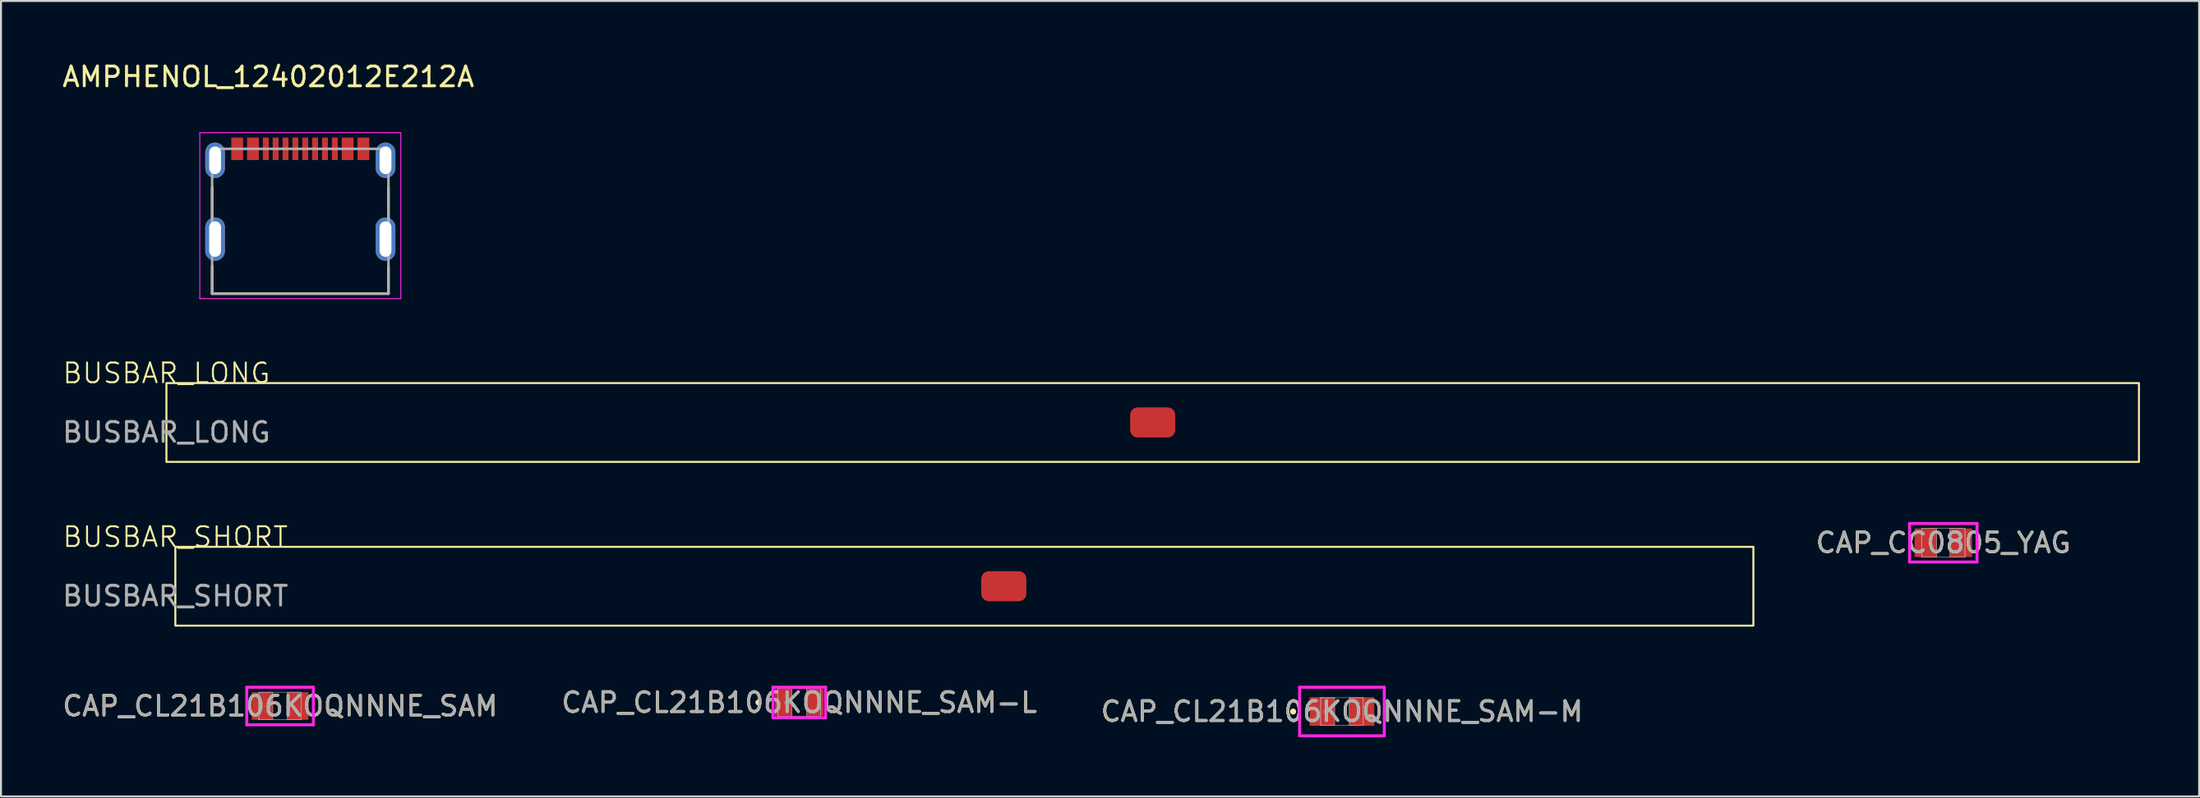
<source format=kicad_pcb>
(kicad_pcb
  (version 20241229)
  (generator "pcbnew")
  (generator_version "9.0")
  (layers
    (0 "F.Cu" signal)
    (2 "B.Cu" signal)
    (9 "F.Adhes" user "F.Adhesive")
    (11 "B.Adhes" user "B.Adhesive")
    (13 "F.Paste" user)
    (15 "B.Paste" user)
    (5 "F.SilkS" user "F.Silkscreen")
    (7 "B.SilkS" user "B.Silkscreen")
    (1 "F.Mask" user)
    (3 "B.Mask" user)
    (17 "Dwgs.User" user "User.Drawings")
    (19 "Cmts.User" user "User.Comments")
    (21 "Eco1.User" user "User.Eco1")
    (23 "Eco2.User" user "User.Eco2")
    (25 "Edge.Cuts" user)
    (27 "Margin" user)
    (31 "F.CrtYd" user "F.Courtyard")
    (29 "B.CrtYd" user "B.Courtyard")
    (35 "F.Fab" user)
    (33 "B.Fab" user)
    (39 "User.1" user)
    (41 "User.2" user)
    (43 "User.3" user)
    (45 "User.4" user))
  (footprint "CAP_CL21B106KOQNNNE_SAM-L"
    (layer "F.Cu")
    (at 37.47 32.6)
    (property "Reference" "CAP_CL21B106KOQNNNE_SAM-L" (at 0 0 0) (unlocked yes) (layer "F.SilkS") (effects (font (size 1 1) (thickness 0.15))))
    (attr smd)
    (fp_circle (center -2.07 0) (end -1.994 0) (stroke (width 0.152) (type solid)) (fill no) (layer "F.SilkS"))
    (fp_line (start -1.333 -0.775) (end 1.333 -0.775) (stroke (width 0.152) (type solid)) (layer "F.CrtYd"))
    (fp_line (start -1.333 0.775) (end -1.333 -0.775) (stroke (width 0.152) (type solid)) (layer "F.CrtYd"))
    (fp_line (start 1.333 -0.775) (end 1.333 0.775) (stroke (width 0.152) (type solid)) (layer "F.CrtYd"))
    (fp_line (start 1.333 0.775) (end -1.333 0.775) (stroke (width 0.152) (type solid)) (layer "F.CrtYd"))
    (fp_line (start -1.079 -0.699) (end -1.079 0.699) (stroke (width 0.025) (type solid)) (layer "F.Fab"))
    (fp_line (start -1.079 -0.699) (end -1.079 0.699) (stroke (width 0.025) (type solid)) (layer "F.Fab"))
    (fp_line (start -1.079 0.699) (end -0.368 0.699) (stroke (width 0.025) (type solid)) (layer "F.Fab"))
    (fp_line (start -1.079 0.699) (end 1.079 0.699) (stroke (width 0.025) (type solid)) (layer "F.Fab"))
    (fp_line (start -0.368 -0.699) (end -1.079 -0.699) (stroke (width 0.025) (type solid)) (layer "F.Fab"))
    (fp_line (start -0.368 0.699) (end -0.368 -0.699) (stroke (width 0.025) (type solid)) (layer "F.Fab"))
    (fp_line (start 0.368 -0.699) (end 0.368 0.699) (stroke (width 0.025) (type solid)) (layer "F.Fab"))
    (fp_line (start 0.368 0.699) (end 1.079 0.699) (stroke (width 0.025) (type solid)) (layer "F.Fab"))
    (fp_line (start 1.079 -0.699) (end -1.079 -0.699) (stroke (width 0.025) (type solid)) (layer "F.Fab"))
    (fp_line (start 1.079 -0.699) (end 0.368 -0.699) (stroke (width 0.025) (type solid)) (layer "F.Fab"))
    (fp_line (start 1.079 0.699) (end 1.079 -0.699) (stroke (width 0.025) (type solid)) (layer "F.Fab"))
    (fp_line (start 1.079 0.699) (end 1.079 -0.699) (stroke (width 0.025) (type solid)) (layer "F.Fab"))
    (fp_circle (center -0.673 0) (end -0.597 0) (stroke (width 0.025) (type solid)) (fill no) (layer "F.Fab"))
    (fp_text user "${REFERENCE}" (at 0 0 0) (unlocked yes) (layer "F.Fab") (effects (font (size 1 1) (thickness 0.15))))
    (pad "1" smd rect (at -0.8 0) (size 0.864 1.346) (layers "F.Cu" "F.Mask" "F.Paste"))
    (pad "2" smd rect (at 0.8 0) (size 0.864 1.346) (layers "F.Cu" "F.Mask" "F.Paste"))
    (zone (net_name "") (layer "F.Cu") (hatch full 0.508) (connect_pads) (min_thickness 0.254) (filled_areas_thickness no) (keepout (tracks not_allowed) (vias not_allowed) (pads allowed) (copperpour not_allowed) (footprints allowed)) (placement (enabled no)) (fill) (polygon (pts (xy 37.153 31.952) (xy 37.788 31.952) (xy 37.788 33.248) (xy 37.153 33.248)))))
  (footprint "BUSBAR_SHORT"
    (layer "F.Cu")
    (at 5.839 24.699)
    (property "Reference" "BUSBAR_SHORT" (at 0 -0.5 0) (unlocked yes) (layer "F.SilkS") (effects (font (size 1 1) (thickness 0.1))))
    (attr smd)
    (fp_rect (start 0 0) (end 80 4) (stroke (width 0.1) (type default)) (fill no) (layer "F.SilkS"))
    (fp_text user "${REFERENCE}" (at 0 2.5 0) (unlocked yes) (layer "F.Fab") (effects (font (size 1 1) (thickness 0.15))))
    (pad "1" smd roundrect (at 42 2) (size 2.286 1.524) (layers "F.Cu" "F.Mask" "F.Paste") (roundrect_rratio 0.25)))
  (footprint "CAP_CL21B106KOQNNNE_SAM"
    (layer "F.Cu")
    (at 11.149 32.778)
    (property "Reference" "CAP_CL21B106KOQNNNE_SAM" (at 0 0 0) (unlocked yes) (layer "F.SilkS") (effects (font (size 1 1) (thickness 0.15))))
    (attr smd)
    (fp_line (start -1.689 -0.953) (end 1.689 -0.953) (stroke (width 0.152) (type solid)) (layer "F.CrtYd"))
    (fp_line (start -1.689 0.953) (end -1.689 -0.953) (stroke (width 0.152) (type solid)) (layer "F.CrtYd"))
    (fp_line (start 1.689 -0.953) (end 1.689 0.953) (stroke (width 0.152) (type solid)) (layer "F.CrtYd"))
    (fp_line (start 1.689 0.953) (end -1.689 0.953) (stroke (width 0.152) (type solid)) (layer "F.CrtYd"))
    (fp_line (start -1.079 -0.699) (end -1.079 0.699) (stroke (width 0.025) (type solid)) (layer "F.Fab"))
    (fp_line (start -1.079 -0.699) (end -1.079 0.699) (stroke (width 0.025) (type solid)) (layer "F.Fab"))
    (fp_line (start -1.079 0.699) (end -0.368 0.699) (stroke (width 0.025) (type solid)) (layer "F.Fab"))
    (fp_line (start -1.079 0.699) (end 1.079 0.699) (stroke (width 0.025) (type solid)) (layer "F.Fab"))
    (fp_line (start -0.368 -0.699) (end -1.079 -0.699) (stroke (width 0.025) (type solid)) (layer "F.Fab"))
    (fp_line (start -0.368 0.699) (end -0.368 -0.699) (stroke (width 0.025) (type solid)) (layer "F.Fab"))
    (fp_line (start 0.368 -0.699) (end 0.368 0.699) (stroke (width 0.025) (type solid)) (layer "F.Fab"))
    (fp_line (start 0.368 0.699) (end 1.079 0.699) (stroke (width 0.025) (type solid)) (layer "F.Fab"))
    (fp_line (start 1.079 -0.699) (end -1.079 -0.699) (stroke (width 0.025) (type solid)) (layer "F.Fab"))
    (fp_line (start 1.079 -0.699) (end 0.368 -0.699) (stroke (width 0.025) (type solid)) (layer "F.Fab"))
    (fp_line (start 1.079 0.699) (end 1.079 -0.699) (stroke (width 0.025) (type solid)) (layer "F.Fab"))
    (fp_line (start 1.079 0.699) (end 1.079 -0.699) (stroke (width 0.025) (type solid)) (layer "F.Fab"))
    (fp_circle (center -0.775 0) (end -0.775 0) (stroke (width 0.025) (type solid)) (fill no) (layer "F.Fab"))
    (fp_text user "${REFERENCE}" (at 0 0 0) (unlocked yes) (layer "F.Fab") (effects (font (size 1 1) (thickness 0.15))))
    (pad "1" smd rect (at -0.902 0) (size 1.067 1.397) (layers "F.Cu" "F.Mask" "F.Paste"))
    (pad "2" smd rect (at 0.902 0) (size 1.067 1.397) (layers "F.Cu" "F.Mask" "F.Paste"))
    (zone (net_name "") (layer "F.Cu") (hatch full 0.508) (connect_pads) (min_thickness 0.254) (filled_areas_thickness no) (keepout (tracks not_allowed) (vias not_allowed) (pads allowed) (copperpour not_allowed) (footprints allowed)) (placement (enabled no)) (fill) (polygon (pts (xy 10.831 32.13) (xy 11.466 32.13) (xy 11.466 33.426) (xy 10.831 33.426)))))
  (footprint "BUSBAR_LONG"
    (layer "F.Cu")
    (at 5.387 16.389)
    (property "Reference" "BUSBAR_LONG" (at 0 -0.5 0) (unlocked yes) (layer "F.SilkS") (effects (font (size 1 1) (thickness 0.1))))
    (attr smd)
    (fp_rect (start 0 0) (end 100 4) (stroke (width 0.1) (type default)) (fill no) (layer "F.SilkS"))
    (fp_text user "${REFERENCE}" (at 0 2.5 0) (unlocked yes) (layer "F.Fab") (effects (font (size 1 1) (thickness 0.15))))
    (pad "1" smd roundrect (at 50 2) (size 2.286 1.524) (layers "F.Cu" "F.Mask" "F.Paste") (roundrect_rratio 0.25)))
  (footprint "CAP_CC0805_YAG"
    (layer "F.Cu")
    (at 95.467 24.493)
    (property "Reference" "CAP_CC0805_YAG" (at 0 0 0) (unlocked yes) (layer "F.SilkS") (effects (font (size 1 1) (thickness 0.15))))
    (attr smd)
    (fp_line (start -1.71 -0.978) (end 1.71 -0.978) (stroke (width 0.152) (type solid)) (layer "F.CrtYd"))
    (fp_line (start -1.71 0.978) (end -1.71 -0.978) (stroke (width 0.152) (type solid)) (layer "F.CrtYd"))
    (fp_line (start 1.71 -0.978) (end 1.71 0.978) (stroke (width 0.152) (type solid)) (layer "F.CrtYd"))
    (fp_line (start 1.71 0.978) (end -1.71 0.978) (stroke (width 0.152) (type solid)) (layer "F.CrtYd"))
    (fp_line (start -1.1 -0.724) (end -1.1 0.724) (stroke (width 0.025) (type solid)) (layer "F.Fab"))
    (fp_line (start -1.1 -0.724) (end -1.1 0.724) (stroke (width 0.025) (type solid)) (layer "F.Fab"))
    (fp_line (start -1.1 0.724) (end -0.338 0.724) (stroke (width 0.025) (type solid)) (layer "F.Fab"))
    (fp_line (start -1.1 0.724) (end 1.1 0.724) (stroke (width 0.025) (type solid)) (layer "F.Fab"))
    (fp_line (start -0.338 -0.724) (end -1.1 -0.724) (stroke (width 0.025) (type solid)) (layer "F.Fab"))
    (fp_line (start -0.338 0.724) (end -0.338 -0.724) (stroke (width 0.025) (type solid)) (layer "F.Fab"))
    (fp_line (start 0.338 -0.724) (end 0.338 0.724) (stroke (width 0.025) (type solid)) (layer "F.Fab"))
    (fp_line (start 0.338 0.724) (end 1.1 0.724) (stroke (width 0.025) (type solid)) (layer "F.Fab"))
    (fp_line (start 1.1 -0.724) (end -1.1 -0.724) (stroke (width 0.025) (type solid)) (layer "F.Fab"))
    (fp_line (start 1.1 -0.724) (end 0.338 -0.724) (stroke (width 0.025) (type solid)) (layer "F.Fab"))
    (fp_line (start 1.1 0.724) (end 1.1 -0.724) (stroke (width 0.025) (type solid)) (layer "F.Fab"))
    (fp_line (start 1.1 0.724) (end 1.1 -0.724) (stroke (width 0.025) (type solid)) (layer "F.Fab"))
    (fp_circle (center -0.77 0) (end -0.77 0) (stroke (width 0.025) (type solid)) (fill no) (layer "F.Fab"))
    (fp_text user "${REFERENCE}" (at 0 0 0) (unlocked yes) (layer "F.Fab") (effects (font (size 1 1) (thickness 0.15))))
    (pad "1" smd rect (at -0.897 0) (size 1.118 1.448) (layers "F.Cu" "F.Mask" "F.Paste"))
    (pad "2" smd rect (at 0.897 0) (size 1.118 1.448) (layers "F.Cu" "F.Mask" "F.Paste"))
    (zone (net_name "") (layer "F.Cu") (hatch full 0.508) (connect_pads) (min_thickness 0.254) (filled_areas_thickness no) (keepout (tracks not_allowed) (vias not_allowed) (pads allowed) (copperpour not_allowed) (footprints allowed)) (placement (enabled no)) (fill) (polygon (pts (xy 95.179 23.82) (xy 95.754 23.82) (xy 95.754 25.166) (xy 95.179 25.166)))))
  (footprint "AMPHENOL_12402012E212A"
    (layer "F.Cu")
    (at 12.174 9.253)
    (property "Reference" "AMPHENOL_12402012E212A" (at -1.62 -8.405 0) (layer "F.SilkS") (effects (font (size 1 1) (thickness 0.15))))
    (attr smd allow_soldermask_bridges)
    (fp_line (start -4.47 -2.81) (end -4.47 -1.22) (stroke (width 0.127) (type solid)) (layer "F.SilkS"))
    (fp_line (start -4.47 2.6) (end -4.47 1.22) (stroke (width 0.127) (type solid)) (layer "F.SilkS"))
    (fp_line (start 4.47 -2.81) (end 4.47 -1.22) (stroke (width 0.127) (type solid)) (layer "F.SilkS"))
    (fp_line (start 4.47 2.6) (end -4.47 2.6) (stroke (width 0.127) (type solid)) (layer "F.SilkS"))
    (fp_line (start 4.47 2.6) (end 4.47 1.22) (stroke (width 0.127) (type solid)) (layer "F.SilkS"))
    (fp_line (start -5.095 -5.57) (end -5.095 2.85) (stroke (width 0.05) (type solid)) (layer "F.CrtYd"))
    (fp_line (start -5.095 2.85) (end 5.095 2.85) (stroke (width 0.05) (type solid)) (layer "F.CrtYd"))
    (fp_line (start 5.095 -5.57) (end -5.095 -5.57) (stroke (width 0.05) (type solid)) (layer "F.CrtYd"))
    (fp_line (start 5.095 2.85) (end 5.095 -5.57) (stroke (width 0.05) (type solid)) (layer "F.CrtYd"))
    (fp_line (start -4.47 -4.75) (end 4.47 -4.75) (stroke (width 0.127) (type solid)) (layer "F.Fab"))
    (fp_line (start -4.47 2.6) (end -4.47 -4.75) (stroke (width 0.127) (type solid)) (layer "F.Fab"))
    (fp_line (start 4.47 -4.75) (end 4.47 2.6) (stroke (width 0.127) (type solid)) (layer "F.Fab"))
    (fp_line (start 4.47 2.6) (end -4.47 2.6) (stroke (width 0.127) (type solid)) (layer "F.Fab"))
    (pad "A1_B12" smd rect (at -3.2 -4.75) (size 0.6 1.14) (layers "F.Cu" "F.Mask" "F.Paste"))
    (pad "A4_B9" smd rect (at -2.4 -4.75) (size 0.6 1.14) (layers "F.Cu" "F.Mask" "F.Paste"))
    (pad "A5" smd rect (at -1.25 -4.75) (size 0.3 1.14) (layers "F.Cu" "F.Mask" "F.Paste"))
    (pad "A6" smd rect (at -0.25 -4.75) (size 0.3 1.14) (layers "F.Cu" "F.Mask" "F.Paste"))
    (pad "A7" smd rect (at 0.25 -4.75) (size 0.3 1.14) (layers "F.Cu" "F.Mask" "F.Paste"))
    (pad "A8" smd rect (at 1.25 -4.75) (size 0.3 1.14) (layers "F.Cu" "F.Mask" "F.Paste"))
    (pad "B1_A12" smd rect (at 3.2 -4.75) (size 0.6 1.14) (layers "F.Cu" "F.Mask" "F.Paste"))
    (pad "B4_A9" smd rect (at 2.4 -4.75) (size 0.6 1.14) (layers "F.Cu" "F.Mask" "F.Paste"))
    (pad "B5" smd rect (at 1.75 -4.75) (size 0.3 1.14) (layers "F.Cu" "F.Mask" "F.Paste"))
    (pad "B6" smd rect (at 0.75 -4.75) (size 0.3 1.14) (layers "F.Cu" "F.Mask" "F.Paste"))
    (pad "B7" smd rect (at -0.75 -4.75) (size 0.3 1.14) (layers "F.Cu" "F.Mask" "F.Paste"))
    (pad "B8" smd rect (at -1.75 -4.75) (size 0.3 1.14) (layers "F.Cu" "F.Mask" "F.Paste"))
    (pad "SH1" thru_hole oval (at -4.32 -4.17) (size 1 1.8) (drill oval 0.6 1.4) (layers "*.Cu" "*.Mask"))
    (pad "SH2" thru_hole oval (at 4.32 -4.17) (size 1 1.8) (drill oval 0.6 1.4) (layers "*.Cu" "*.Mask"))
    (pad "SH3" thru_hole oval (at -4.32 -0.17) (size 1 2.2) (drill oval 0.6 1.8) (layers "*.Cu" "*.Mask"))
    (pad "SH4" thru_hole oval (at 4.32 -0.17) (size 1 2.2) (drill oval 0.6 1.8) (layers "*.Cu" "*.Mask")))
  (footprint "CAP_CL21B106KOQNNNE_SAM-M"
    (layer "F.Cu")
    (at 64.982 33.057)
    (property "Reference" "CAP_CL21B106KOQNNNE_SAM-M" (at 0 0 0) (unlocked yes) (layer "F.SilkS") (effects (font (size 1 1) (thickness 0.15))))
    (attr smd)
    (fp_circle (center -2.477 0) (end -2.4 0) (stroke (width 0.152) (type solid)) (fill no) (layer "F.SilkS"))
    (fp_line (start -2.146 -1.232) (end 2.146 -1.232) (stroke (width 0.152) (type solid)) (layer "F.CrtYd"))
    (fp_line (start -2.146 1.232) (end -2.146 -1.232) (stroke (width 0.152) (type solid)) (layer "F.CrtYd"))
    (fp_line (start 2.146 -1.232) (end 2.146 1.232) (stroke (width 0.152) (type solid)) (layer "F.CrtYd"))
    (fp_line (start 2.146 1.232) (end -2.146 1.232) (stroke (width 0.152) (type solid)) (layer "F.CrtYd"))
    (fp_line (start -1.079 -0.699) (end -1.079 0.699) (stroke (width 0.025) (type solid)) (layer "F.Fab"))
    (fp_line (start -1.079 -0.699) (end -1.079 0.699) (stroke (width 0.025) (type solid)) (layer "F.Fab"))
    (fp_line (start -1.079 0.699) (end -0.368 0.699) (stroke (width 0.025) (type solid)) (layer "F.Fab"))
    (fp_line (start -1.079 0.699) (end 1.079 0.699) (stroke (width 0.025) (type solid)) (layer "F.Fab"))
    (fp_line (start -0.368 -0.699) (end -1.079 -0.699) (stroke (width 0.025) (type solid)) (layer "F.Fab"))
    (fp_line (start -0.368 0.699) (end -0.368 -0.699) (stroke (width 0.025) (type solid)) (layer "F.Fab"))
    (fp_line (start 0.368 -0.699) (end 0.368 0.699) (stroke (width 0.025) (type solid)) (layer "F.Fab"))
    (fp_line (start 0.368 0.699) (end 1.079 0.699) (stroke (width 0.025) (type solid)) (layer "F.Fab"))
    (fp_line (start 1.079 -0.699) (end -1.079 -0.699) (stroke (width 0.025) (type solid)) (layer "F.Fab"))
    (fp_line (start 1.079 -0.699) (end 0.368 -0.699) (stroke (width 0.025) (type solid)) (layer "F.Fab"))
    (fp_line (start 1.079 0.699) (end 1.079 -0.699) (stroke (width 0.025) (type solid)) (layer "F.Fab"))
    (fp_line (start 1.079 0.699) (end 1.079 -0.699) (stroke (width 0.025) (type solid)) (layer "F.Fab"))
    (fp_circle (center -0.876 0) (end -0.8 0) (stroke (width 0.025) (type solid)) (fill no) (layer "F.Fab"))
    (fp_text user "${REFERENCE}" (at 0 0 0) (unlocked yes) (layer "F.Fab") (effects (font (size 1 1) (thickness 0.15))))
    (pad "1" smd rect (at -1.003 0) (size 1.27 1.448) (layers "F.Cu" "F.Mask" "F.Paste"))
    (pad "2" smd rect (at 1.003 0) (size 1.27 1.448) (layers "F.Cu" "F.Mask" "F.Paste"))
    (zone (net_name "") (layer "F.Cu") (hatch full 0.508) (connect_pads) (min_thickness 0.254) (filled_areas_thickness no) (keepout (tracks not_allowed) (vias not_allowed) (pads allowed) (copperpour not_allowed) (footprints allowed)) (placement (enabled no)) (fill) (polygon (pts (xy 64.665 32.41) (xy 65.3 32.41) (xy 65.3 33.705) (xy 64.665 33.705)))))
  (gr_rect
    (start -3 -3)
    (end 108.437 37.365)
    (stroke (width 0.1) (type default))
    (fill no)
    (layer "Edge.Cuts")))
</source>
